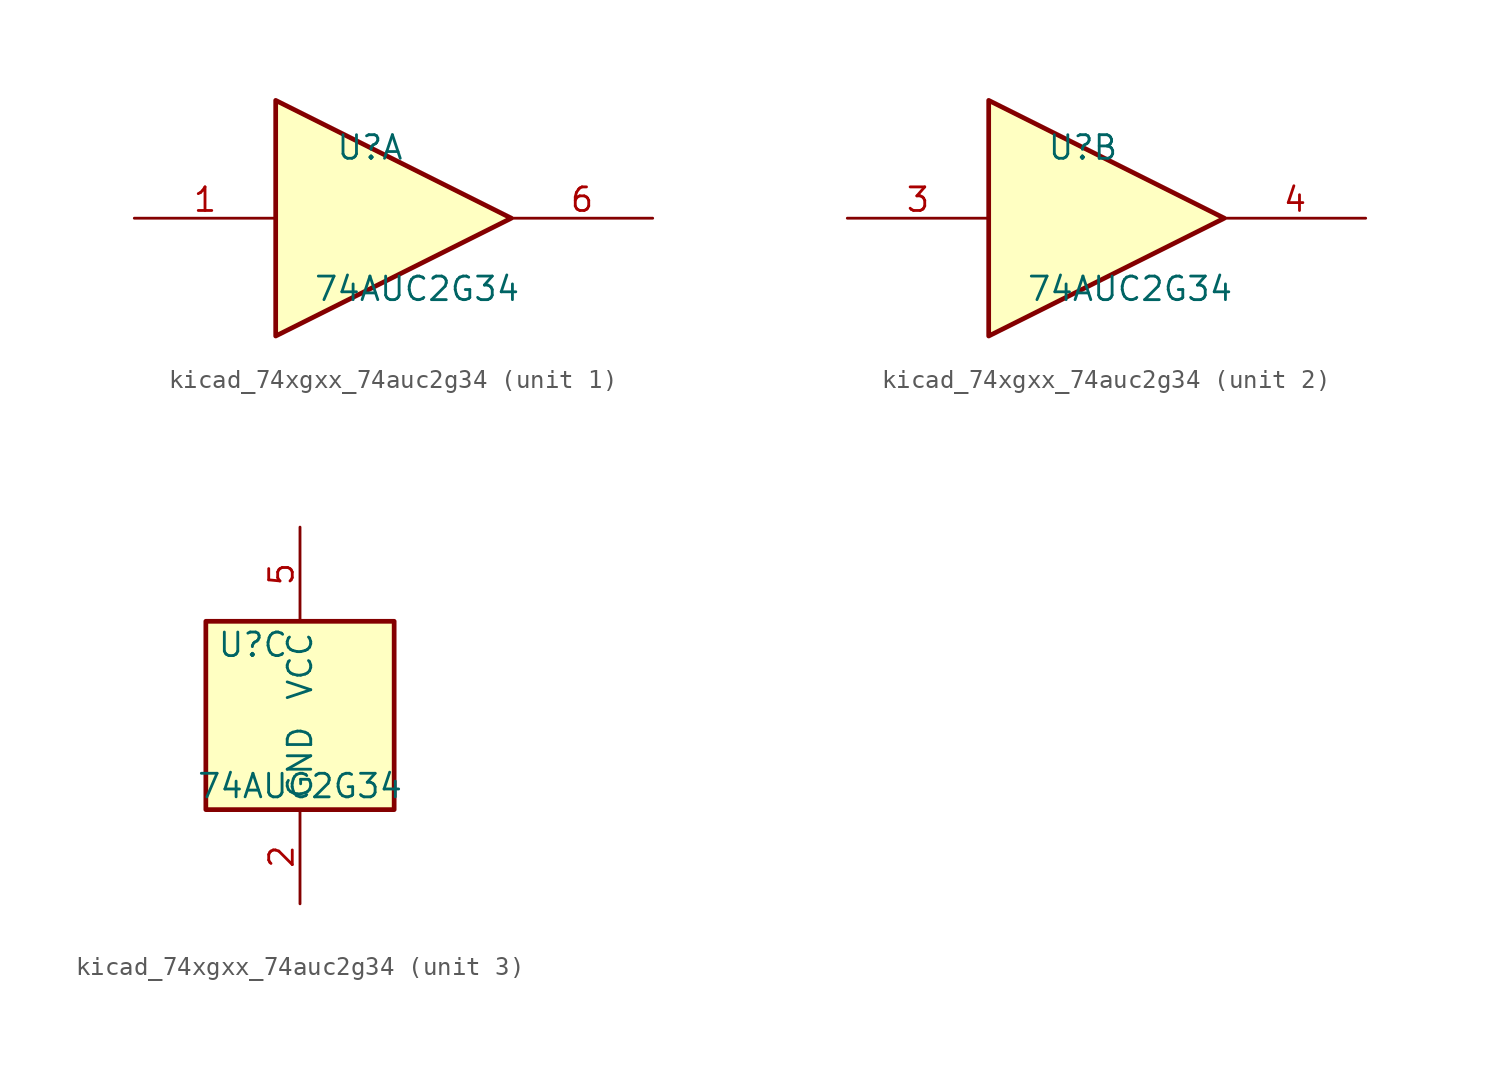
<source format=kicad_sym>
(kicad_symbol_lib
  (version 20220914)
  (generator kicad_symbol_editor)
  (symbol "kicad_74xgxx_74auc2g34"
    (property "Reference" "U"
      (at -2.54 3.81 0)
      (effects (font (size 1.27 1.27))))
    (property "Value" "74AUC2G34"
      (at 0 -3.81 0)
      (effects (font (size 1.27 1.27))))
    (symbol "kicad_74xgxx_74auc2g34_1_1"
      (polyline (pts (xy -7.62 6.35) (xy -7.62 -6.35) (xy 5.08 0) (xy -7.62 6.35)) (stroke (width 0.254) (type default)) (fill (type background)))
      (pin input line (at -15.24 0 0) (length 7.62) (name "~" (effects (font (size 1.27 1.27)))) (number "1" (effects (font (size 1.27 1.27)))))
      (pin output line (at 12.7 0 180) (length 7.62) (name "~" (effects (font (size 1.27 1.27)))) (number "6" (effects (font (size 1.27 1.27))))))
    (symbol "kicad_74xgxx_74auc2g34_2_1"
      (polyline (pts (xy -7.62 6.35) (xy -7.62 -6.35) (xy 5.08 0) (xy -7.62 6.35)) (stroke (width 0.254) (type default)) (fill (type background)))
      (pin input line (at -15.24 0 0) (length 7.62) (name "~" (effects (font (size 1.27 1.27)))) (number "3" (effects (font (size 1.27 1.27)))))
      (pin output line (at 12.7 0 180) (length 7.62) (name "~" (effects (font (size 1.27 1.27)))) (number "4" (effects (font (size 1.27 1.27))))))
    (symbol "kicad_74xgxx_74auc2g34_3_0"
      (rectangle (start -5.08 -5.08) (end 5.08 5.08) (stroke (width 0.254) (type default)) (fill (type background))))
    (symbol "kicad_74xgxx_74auc2g34_3_1"
      (pin power_in line (at 0 -10.16 90) (length 5.08) (name "GND" (effects (font (size 1.27 1.27)))) (number "2" (effects (font (size 1.27 1.27)))))
      (pin power_in line (at 0 10.16 270) (length 5.08) (name "VCC" (effects (font (size 1.27 1.27)))) (number "5" (effects (font (size 1.27 1.27))))))))
</source>
